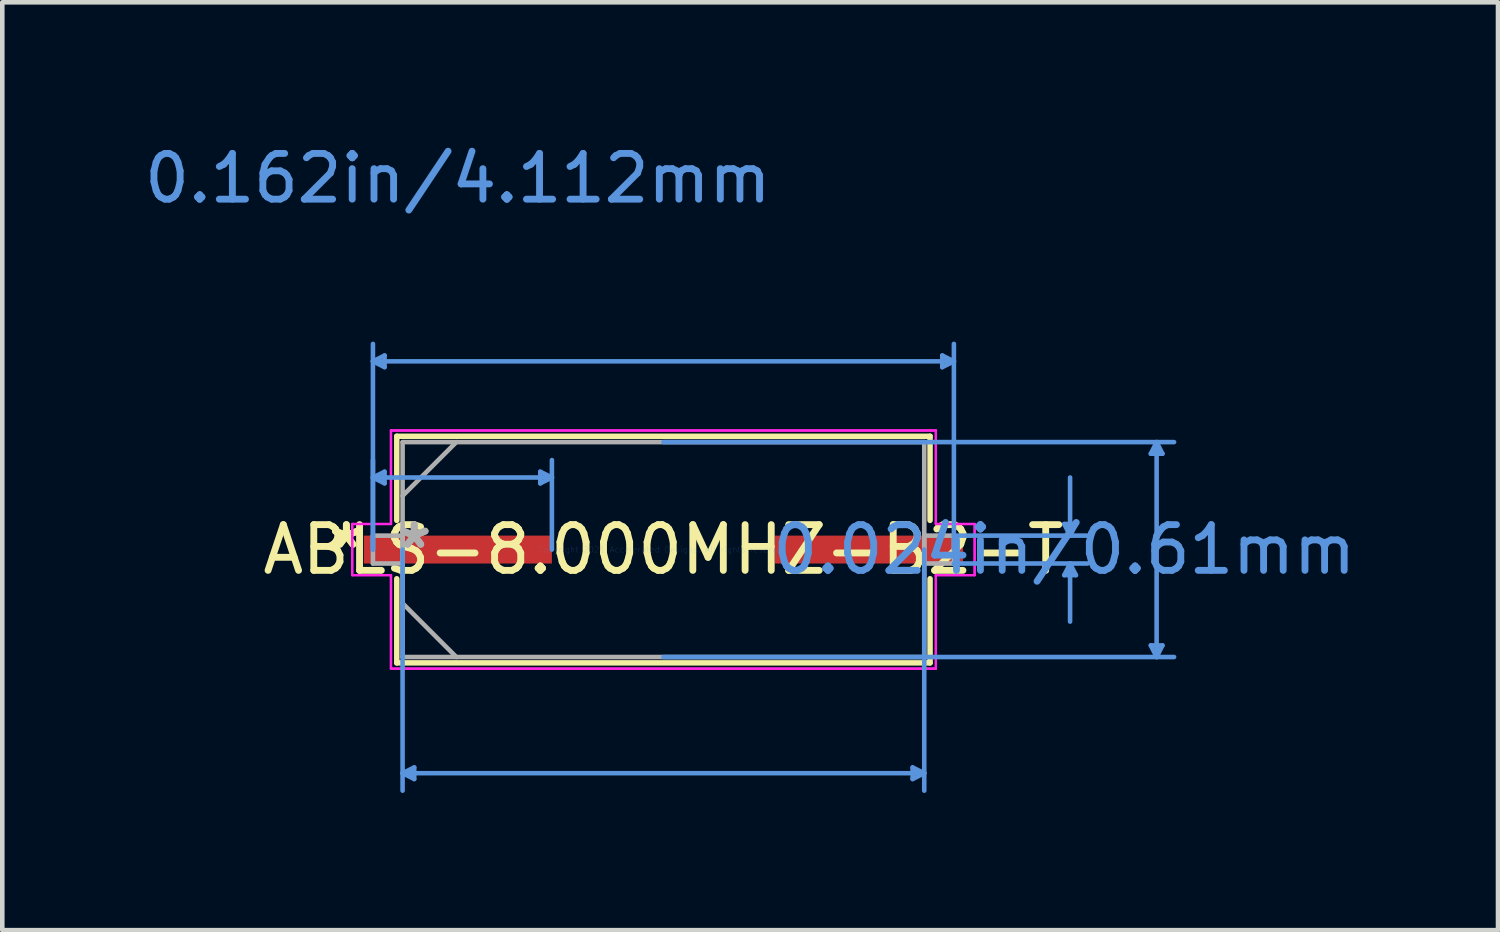
<source format=kicad_pcb>
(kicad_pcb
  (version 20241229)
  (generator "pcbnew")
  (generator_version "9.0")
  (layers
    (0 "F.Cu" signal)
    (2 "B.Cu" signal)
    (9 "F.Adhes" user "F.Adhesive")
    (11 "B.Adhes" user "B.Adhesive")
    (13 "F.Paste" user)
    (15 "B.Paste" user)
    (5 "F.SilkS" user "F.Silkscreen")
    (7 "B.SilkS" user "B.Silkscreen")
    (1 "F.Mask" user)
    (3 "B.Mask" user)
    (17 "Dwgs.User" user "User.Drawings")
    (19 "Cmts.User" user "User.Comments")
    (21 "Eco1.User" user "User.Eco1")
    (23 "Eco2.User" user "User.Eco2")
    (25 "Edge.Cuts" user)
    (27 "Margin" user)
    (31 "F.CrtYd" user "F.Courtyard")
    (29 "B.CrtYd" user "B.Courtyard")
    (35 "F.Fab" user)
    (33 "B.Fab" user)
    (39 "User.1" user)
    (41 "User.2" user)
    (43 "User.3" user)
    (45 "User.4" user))
  (footprint "ABLS-8.000MHZ-B2-T"
    (layer "F.Cu")
    (at 11.453 8.964)
    (property "Reference" "ABLS-8.000MHZ-B2-T" (at 0 0 0) (layer "F.SilkS") (effects (font (size 1 1) (thickness 0.15))))
    (attr through_hole)
    (fp_line (start -5.829 -2.477) (end -5.829 -0.638) (stroke (width 0.12) (type solid)) (layer "F.SilkS"))
    (fp_line (start -5.829 0.638) (end -5.829 2.477) (stroke (width 0.12) (type solid)) (layer "F.SilkS"))
    (fp_line (start -5.829 2.477) (end 5.829 2.477) (stroke (width 0.12) (type solid)) (layer "F.SilkS"))
    (fp_line (start 5.829 -2.477) (end -5.829 -2.477) (stroke (width 0.12) (type solid)) (layer "F.SilkS"))
    (fp_line (start 5.829 -0.638) (end 5.829 -2.477) (stroke (width 0.12) (type solid)) (layer "F.SilkS"))
    (fp_line (start 5.829 2.477) (end 5.829 0.638) (stroke (width 0.12) (type solid)) (layer "F.SilkS"))
    (fp_line (start -6.35 -4.115) (end -6.096 -4.242) (stroke (width 0.1) (type solid)) (layer "Cmts.User"))
    (fp_line (start -6.35 -4.115) (end -6.096 -3.988) (stroke (width 0.1) (type solid)) (layer "Cmts.User"))
    (fp_line (start -6.35 -4.115) (end 6.35 -4.115) (stroke (width 0.1) (type solid)) (layer "Cmts.User"))
    (fp_line (start -6.35 -1.575) (end -6.096 -1.702) (stroke (width 0.1) (type solid)) (layer "Cmts.User"))
    (fp_line (start -6.35 -1.575) (end -6.096 -1.448) (stroke (width 0.1) (type solid)) (layer "Cmts.User"))
    (fp_line (start -6.35 -1.575) (end -2.438 -1.575) (stroke (width 0.1) (type solid)) (layer "Cmts.User"))
    (fp_line (start -6.35 0) (end -6.35 -4.496) (stroke (width 0.1) (type solid)) (layer "Cmts.User"))
    (fp_line (start -6.35 0) (end -6.35 -1.956) (stroke (width 0.1) (type solid)) (layer "Cmts.User"))
    (fp_line (start -6.096 -4.242) (end -6.096 -3.988) (stroke (width 0.1) (type solid)) (layer "Cmts.User"))
    (fp_line (start -6.096 -1.702) (end -6.096 -1.448) (stroke (width 0.1) (type solid)) (layer "Cmts.User"))
    (fp_line (start -5.702 0) (end -5.702 5.271) (stroke (width 0.1) (type solid)) (layer "Cmts.User"))
    (fp_line (start -5.702 4.889) (end -5.448 4.763) (stroke (width 0.1) (type solid)) (layer "Cmts.User"))
    (fp_line (start -5.702 4.889) (end -5.448 5.016) (stroke (width 0.1) (type solid)) (layer "Cmts.User"))
    (fp_line (start -5.702 4.889) (end 5.702 4.889) (stroke (width 0.1) (type solid)) (layer "Cmts.User"))
    (fp_line (start -5.448 4.763) (end -5.448 5.016) (stroke (width 0.1) (type solid)) (layer "Cmts.User"))
    (fp_line (start -2.692 -1.702) (end -2.692 -1.448) (stroke (width 0.1) (type solid)) (layer "Cmts.User"))
    (fp_line (start -2.438 -1.575) (end -2.692 -1.702) (stroke (width 0.1) (type solid)) (layer "Cmts.User"))
    (fp_line (start -2.438 -1.575) (end -2.692 -1.448) (stroke (width 0.1) (type solid)) (layer "Cmts.User"))
    (fp_line (start -2.438 0) (end -2.438 -1.956) (stroke (width 0.1) (type solid)) (layer "Cmts.User"))
    (fp_line (start 0 -2.349) (end 11.163 -2.349) (stroke (width 0.1) (type solid)) (layer "Cmts.User"))
    (fp_line (start 0 2.349) (end 11.163 2.349) (stroke (width 0.1) (type solid)) (layer "Cmts.User"))
    (fp_line (start 5.448 4.763) (end 5.448 5.016) (stroke (width 0.1) (type solid)) (layer "Cmts.User"))
    (fp_line (start 5.702 0) (end 5.702 5.271) (stroke (width 0.1) (type solid)) (layer "Cmts.User"))
    (fp_line (start 5.702 4.889) (end 5.448 4.763) (stroke (width 0.1) (type solid)) (layer "Cmts.User"))
    (fp_line (start 5.702 4.889) (end 5.448 5.016) (stroke (width 0.1) (type solid)) (layer "Cmts.User"))
    (fp_line (start 6.096 -4.242) (end 6.096 -3.988) (stroke (width 0.1) (type solid)) (layer "Cmts.User"))
    (fp_line (start 6.35 -4.115) (end 6.096 -4.242) (stroke (width 0.1) (type solid)) (layer "Cmts.User"))
    (fp_line (start 6.35 -4.115) (end 6.096 -3.988) (stroke (width 0.1) (type solid)) (layer "Cmts.User"))
    (fp_line (start 6.35 -0.305) (end 9.271 -0.305) (stroke (width 0.1) (type solid)) (layer "Cmts.User"))
    (fp_line (start 6.35 0) (end 6.35 -4.496) (stroke (width 0.1) (type solid)) (layer "Cmts.User"))
    (fp_line (start 6.35 0.305) (end 9.271 0.305) (stroke (width 0.1) (type solid)) (layer "Cmts.User"))
    (fp_line (start 8.763 -0.559) (end 9.017 -0.559) (stroke (width 0.1) (type solid)) (layer "Cmts.User"))
    (fp_line (start 8.763 0.559) (end 9.017 0.559) (stroke (width 0.1) (type solid)) (layer "Cmts.User"))
    (fp_line (start 8.89 -0.305) (end 8.763 -0.559) (stroke (width 0.1) (type solid)) (layer "Cmts.User"))
    (fp_line (start 8.89 -0.305) (end 8.89 -1.575) (stroke (width 0.1) (type solid)) (layer "Cmts.User"))
    (fp_line (start 8.89 -0.305) (end 9.017 -0.559) (stroke (width 0.1) (type solid)) (layer "Cmts.User"))
    (fp_line (start 8.89 0.305) (end 8.763 0.559) (stroke (width 0.1) (type solid)) (layer "Cmts.User"))
    (fp_line (start 8.89 0.305) (end 8.89 1.575) (stroke (width 0.1) (type solid)) (layer "Cmts.User"))
    (fp_line (start 8.89 0.305) (end 9.017 0.559) (stroke (width 0.1) (type solid)) (layer "Cmts.User"))
    (fp_line (start 10.655 -2.095) (end 10.909 -2.095) (stroke (width 0.1) (type solid)) (layer "Cmts.User"))
    (fp_line (start 10.655 2.095) (end 10.909 2.095) (stroke (width 0.1) (type solid)) (layer "Cmts.User"))
    (fp_line (start 10.782 -2.349) (end 10.655 -2.095) (stroke (width 0.1) (type solid)) (layer "Cmts.User"))
    (fp_line (start 10.782 -2.349) (end 10.782 2.349) (stroke (width 0.1) (type solid)) (layer "Cmts.User"))
    (fp_line (start 10.782 -2.349) (end 10.909 -2.095) (stroke (width 0.1) (type solid)) (layer "Cmts.User"))
    (fp_line (start 10.782 2.349) (end 10.655 2.095) (stroke (width 0.1) (type solid)) (layer "Cmts.User"))
    (fp_line (start 10.782 2.349) (end 10.909 2.095) (stroke (width 0.1) (type solid)) (layer "Cmts.User"))
    (fp_line (start -6.804 -0.559) (end -5.956 -0.559) (stroke (width 0.05) (type solid)) (layer "F.CrtYd"))
    (fp_line (start -6.804 -0.559) (end -5.956 -0.559) (stroke (width 0.05) (type solid)) (layer "F.CrtYd"))
    (fp_line (start -6.804 0.559) (end -6.804 -0.559) (stroke (width 0.05) (type solid)) (layer "F.CrtYd"))
    (fp_line (start -6.804 0.559) (end -6.804 -0.559) (stroke (width 0.05) (type solid)) (layer "F.CrtYd"))
    (fp_line (start -5.956 -2.603) (end 5.956 -2.603) (stroke (width 0.05) (type solid)) (layer "F.CrtYd"))
    (fp_line (start -5.956 -2.603) (end 5.956 -2.603) (stroke (width 0.05) (type solid)) (layer "F.CrtYd"))
    (fp_line (start -5.956 -0.559) (end -5.956 -2.603) (stroke (width 0.05) (type solid)) (layer "F.CrtYd"))
    (fp_line (start -5.956 -0.559) (end -5.956 -2.603) (stroke (width 0.05) (type solid)) (layer "F.CrtYd"))
    (fp_line (start -5.956 0.559) (end -6.804 0.559) (stroke (width 0.05) (type solid)) (layer "F.CrtYd"))
    (fp_line (start -5.956 0.559) (end -6.804 0.559) (stroke (width 0.05) (type solid)) (layer "F.CrtYd"))
    (fp_line (start -5.956 2.603) (end -5.956 0.559) (stroke (width 0.05) (type solid)) (layer "F.CrtYd"))
    (fp_line (start -5.956 2.603) (end -5.956 0.559) (stroke (width 0.05) (type solid)) (layer "F.CrtYd"))
    (fp_line (start 5.956 -2.603) (end 5.956 -0.559) (stroke (width 0.05) (type solid)) (layer "F.CrtYd"))
    (fp_line (start 5.956 -2.603) (end 5.956 -0.559) (stroke (width 0.05) (type solid)) (layer "F.CrtYd"))
    (fp_line (start 5.956 -0.559) (end 6.804 -0.559) (stroke (width 0.05) (type solid)) (layer "F.CrtYd"))
    (fp_line (start 5.956 -0.559) (end 6.804 -0.559) (stroke (width 0.05) (type solid)) (layer "F.CrtYd"))
    (fp_line (start 5.956 0.559) (end 5.956 2.603) (stroke (width 0.05) (type solid)) (layer "F.CrtYd"))
    (fp_line (start 5.956 0.559) (end 5.956 2.603) (stroke (width 0.05) (type solid)) (layer "F.CrtYd"))
    (fp_line (start 5.956 2.603) (end -5.956 2.603) (stroke (width 0.05) (type solid)) (layer "F.CrtYd"))
    (fp_line (start 5.956 2.603) (end -5.956 2.603) (stroke (width 0.05) (type solid)) (layer "F.CrtYd"))
    (fp_line (start 6.804 -0.559) (end 6.804 0.559) (stroke (width 0.05) (type solid)) (layer "F.CrtYd"))
    (fp_line (start 6.804 -0.559) (end 6.804 0.559) (stroke (width 0.05) (type solid)) (layer "F.CrtYd"))
    (fp_line (start 6.804 0.559) (end 5.956 0.559) (stroke (width 0.05) (type solid)) (layer "F.CrtYd"))
    (fp_line (start 6.804 0.559) (end 5.956 0.559) (stroke (width 0.05) (type solid)) (layer "F.CrtYd"))
    (fp_line (start -6.35 -0.305) (end -6.35 0.305) (stroke (width 0.1) (type solid)) (layer "F.Fab"))
    (fp_line (start -6.35 0.305) (end -5.702 0.305) (stroke (width 0.1) (type solid)) (layer "F.Fab"))
    (fp_line (start -5.702 -2.349) (end -5.702 2.349) (stroke (width 0.1) (type solid)) (layer "F.Fab"))
    (fp_line (start -5.702 -1.175) (end -4.528 -2.349) (stroke (width 0.1) (type solid)) (layer "F.Fab"))
    (fp_line (start -5.702 -0.305) (end -6.35 -0.305) (stroke (width 0.1) (type solid)) (layer "F.Fab"))
    (fp_line (start -5.702 0.305) (end -5.702 -0.305) (stroke (width 0.1) (type solid)) (layer "F.Fab"))
    (fp_line (start -5.702 1.175) (end -4.528 2.349) (stroke (width 0.1) (type solid)) (layer "F.Fab"))
    (fp_line (start -5.702 2.349) (end 5.702 2.349) (stroke (width 0.1) (type solid)) (layer "F.Fab"))
    (fp_line (start 5.702 -2.349) (end -5.702 -2.349) (stroke (width 0.1) (type solid)) (layer "F.Fab"))
    (fp_line (start 5.702 -0.305) (end 5.702 0.305) (stroke (width 0.1) (type solid)) (layer "F.Fab"))
    (fp_line (start 5.702 0.305) (end 6.35 0.305) (stroke (width 0.1) (type solid)) (layer "F.Fab"))
    (fp_line (start 5.702 2.349) (end 5.702 -2.349) (stroke (width 0.1) (type solid)) (layer "F.Fab"))
    (fp_line (start 6.35 -0.305) (end 5.702 -0.305) (stroke (width 0.1) (type solid)) (layer "F.Fab"))
    (fp_line (start 6.35 0.305) (end 6.35 -0.305) (stroke (width 0.1) (type solid)) (layer "F.Fab"))
    (fp_text user "*" (at -6.931 0 0) (layer "F.SilkS") (effects (font (size 1 1) (thickness 0.15))))
    (fp_text user "*" (at -6.931 0 0) (layer "F.SilkS") (effects (font (size 1 1) (thickness 0.15))))
    (fp_text user "0.162in/4.112mm" (at -4.494 -8.115 0) (layer "Cmts.User") (effects (font (size 1 1) (thickness 0.15))))
    (fp_text user "Copyright 2021 Accelerated Designs. All rights reserved." (at 0 0 0) (layer "Cmts.User") (effects (font (size 0.127 0.127) (thickness 0.002))))
    (fp_text user "0.024in/0.61mm" (at 8.763 0 0) (layer "Cmts.User") (effects (font (size 1 1) (thickness 0.15))))
    (fp_text user "*" (at -5.448 0 0) (layer "F.Fab") (effects (font (size 1 1) (thickness 0.15))))
    (fp_text user "*" (at -5.448 0 0) (layer "F.Fab") (effects (font (size 1 1) (thickness 0.15))))
    (pad "1" smd rect (at -4.494 0) (size 4.112 0.61) (layers "F.Cu" "F.Mask" "F.Paste"))
    (pad "2" smd rect (at 4.494 0) (size 4.112 0.61) (layers "F.Cu" "F.Mask" "F.Paste")))
  (gr_rect
    (start -3 -3)
    (end 29.698 17.284)
    (stroke (width 0.1) (type default))
    (fill no)
    (layer "Edge.Cuts")))
</source>
